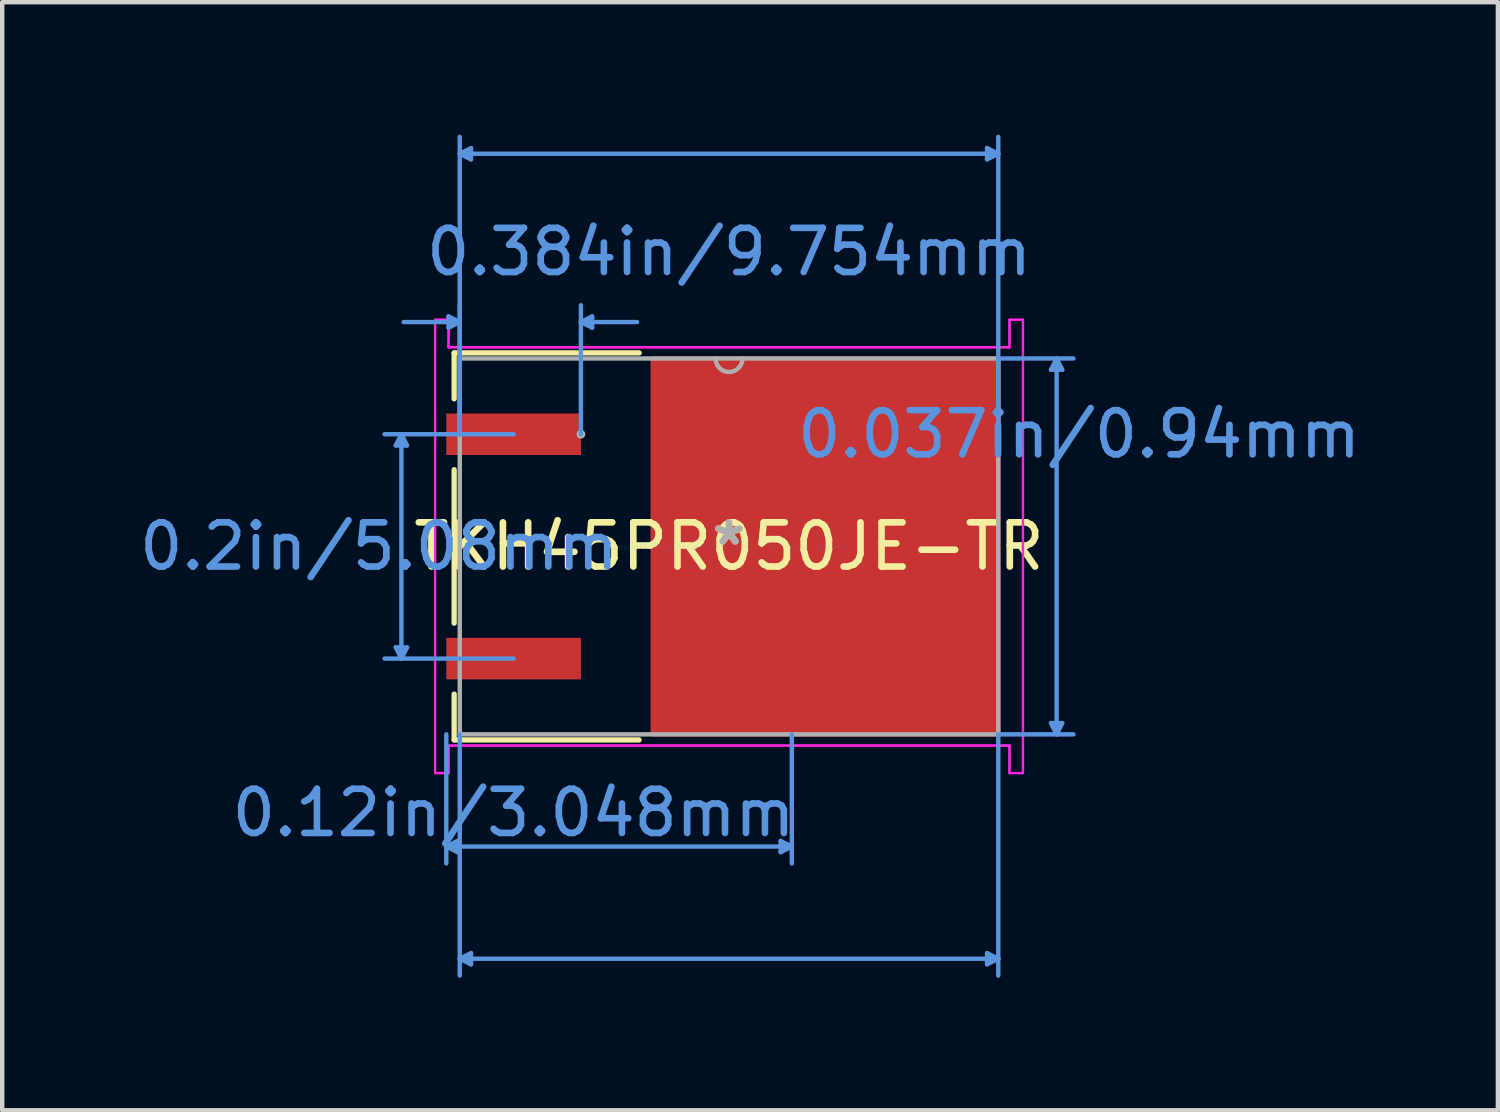
<source format=kicad_pcb>
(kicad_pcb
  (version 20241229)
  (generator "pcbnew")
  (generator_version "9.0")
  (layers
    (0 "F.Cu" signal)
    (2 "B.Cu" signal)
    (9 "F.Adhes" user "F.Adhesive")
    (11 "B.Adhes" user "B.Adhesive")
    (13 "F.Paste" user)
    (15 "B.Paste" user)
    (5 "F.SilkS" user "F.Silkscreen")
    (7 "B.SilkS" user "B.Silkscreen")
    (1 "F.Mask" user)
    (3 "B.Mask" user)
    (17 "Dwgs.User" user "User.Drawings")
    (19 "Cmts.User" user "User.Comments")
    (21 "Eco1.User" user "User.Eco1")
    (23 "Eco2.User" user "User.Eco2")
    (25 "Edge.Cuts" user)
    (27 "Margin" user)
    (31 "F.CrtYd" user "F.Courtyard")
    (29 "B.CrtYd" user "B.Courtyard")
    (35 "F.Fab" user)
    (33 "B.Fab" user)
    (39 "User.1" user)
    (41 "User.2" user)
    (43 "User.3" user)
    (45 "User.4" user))
  (footprint "TKH45PR050JE-TR"
    (layer "F.Cu")
    (at 13.455 9.321)
    (property "Reference" "TKH45PR050JE-TR" (at 0 0 0) (layer "F.SilkS") (effects (font (size 1 1) (thickness 0.15))))
    (attr through_hole)
    (fp_poly (pts (xy 6.096 -4.255) (xy -1.727 -4.255) (xy -1.727 4.255) (xy 6.096 4.255)) (stroke (width 0.1) (type solid)) (fill yes) (layer "F.Cu"))
    (fp_poly (pts (xy 6.096 -4.255) (xy -1.727 -4.255) (xy -1.727 4.255) (xy 6.096 4.255)) (stroke (width 0.1) (type solid)) (fill yes) (layer "F.Mask"))
    (fp_line (start -6.223 -4.381) (end -6.223 -3.343) (stroke (width 0.12) (type solid)) (layer "F.SilkS"))
    (fp_line (start -6.223 -1.737) (end -6.223 1.737) (stroke (width 0.12) (type solid)) (layer "F.SilkS"))
    (fp_line (start -6.223 3.343) (end -6.223 4.381) (stroke (width 0.12) (type solid)) (layer "F.SilkS"))
    (fp_line (start -6.223 4.381) (end -2.035 4.381) (stroke (width 0.12) (type solid)) (layer "F.SilkS"))
    (fp_line (start -2.035 -4.381) (end -6.223 -4.381) (stroke (width 0.12) (type solid)) (layer "F.SilkS"))
    (fp_poly (pts (xy 6.096 -4.255) (xy -1.727 -4.255) (xy -1.727 4.255) (xy 6.096 4.255)) (stroke (width 0.1) (type solid)) (fill yes) (layer "F.Paste"))
    (fp_line (start -7.544 -2.286) (end -7.29 -2.286) (stroke (width 0.1) (type solid)) (layer "Cmts.User"))
    (fp_line (start -7.544 2.286) (end -7.29 2.286) (stroke (width 0.1) (type solid)) (layer "Cmts.User"))
    (fp_line (start -7.417 -2.54) (end -7.544 -2.286) (stroke (width 0.1) (type solid)) (layer "Cmts.User"))
    (fp_line (start -7.417 -2.54) (end -7.417 2.54) (stroke (width 0.1) (type solid)) (layer "Cmts.User"))
    (fp_line (start -7.417 -2.54) (end -7.29 -2.286) (stroke (width 0.1) (type solid)) (layer "Cmts.User"))
    (fp_line (start -7.417 2.54) (end -7.544 2.286) (stroke (width 0.1) (type solid)) (layer "Cmts.User"))
    (fp_line (start -7.417 2.54) (end -7.29 2.286) (stroke (width 0.1) (type solid)) (layer "Cmts.User"))
    (fp_line (start -6.401 4.255) (end -6.401 7.176) (stroke (width 0.1) (type solid)) (layer "Cmts.User"))
    (fp_line (start -6.401 6.795) (end -6.147 6.668) (stroke (width 0.1) (type solid)) (layer "Cmts.User"))
    (fp_line (start -6.401 6.795) (end -6.147 6.921) (stroke (width 0.1) (type solid)) (layer "Cmts.User"))
    (fp_line (start -6.401 6.795) (end 1.422 6.795) (stroke (width 0.1) (type solid)) (layer "Cmts.User"))
    (fp_line (start -6.35 -5.207) (end -6.35 -4.953) (stroke (width 0.1) (type solid)) (layer "Cmts.User"))
    (fp_line (start -6.147 6.668) (end -6.147 6.921) (stroke (width 0.1) (type solid)) (layer "Cmts.User"))
    (fp_line (start -6.096 -8.89) (end -5.842 -9.017) (stroke (width 0.1) (type solid)) (layer "Cmts.User"))
    (fp_line (start -6.096 -8.89) (end -5.842 -8.763) (stroke (width 0.1) (type solid)) (layer "Cmts.User"))
    (fp_line (start -6.096 -8.89) (end 6.096 -8.89) (stroke (width 0.1) (type solid)) (layer "Cmts.User"))
    (fp_line (start -6.096 -5.08) (end -7.366 -5.08) (stroke (width 0.1) (type solid)) (layer "Cmts.User"))
    (fp_line (start -6.096 -5.08) (end -6.35 -5.207) (stroke (width 0.1) (type solid)) (layer "Cmts.User"))
    (fp_line (start -6.096 -5.08) (end -6.35 -4.953) (stroke (width 0.1) (type solid)) (layer "Cmts.User"))
    (fp_line (start -6.096 -2.54) (end -6.096 -9.271) (stroke (width 0.1) (type solid)) (layer "Cmts.User"))
    (fp_line (start -6.096 -2.54) (end -6.096 -5.461) (stroke (width 0.1) (type solid)) (layer "Cmts.User"))
    (fp_line (start -6.096 4.255) (end -6.096 9.716) (stroke (width 0.1) (type solid)) (layer "Cmts.User"))
    (fp_line (start -6.096 9.335) (end -5.842 9.207) (stroke (width 0.1) (type solid)) (layer "Cmts.User"))
    (fp_line (start -6.096 9.335) (end -5.842 9.461) (stroke (width 0.1) (type solid)) (layer "Cmts.User"))
    (fp_line (start -6.096 9.335) (end 6.096 9.335) (stroke (width 0.1) (type solid)) (layer "Cmts.User"))
    (fp_line (start -5.842 -9.017) (end -5.842 -8.763) (stroke (width 0.1) (type solid)) (layer "Cmts.User"))
    (fp_line (start -5.842 9.207) (end -5.842 9.461) (stroke (width 0.1) (type solid)) (layer "Cmts.User"))
    (fp_line (start -4.877 -2.54) (end -7.798 -2.54) (stroke (width 0.1) (type solid)) (layer "Cmts.User"))
    (fp_line (start -4.877 2.54) (end -7.798 2.54) (stroke (width 0.1) (type solid)) (layer "Cmts.User"))
    (fp_line (start -3.353 -5.08) (end -3.099 -5.207) (stroke (width 0.1) (type solid)) (layer "Cmts.User"))
    (fp_line (start -3.353 -5.08) (end -3.099 -4.953) (stroke (width 0.1) (type solid)) (layer "Cmts.User"))
    (fp_line (start -3.353 -5.08) (end -2.083 -5.08) (stroke (width 0.1) (type solid)) (layer "Cmts.User"))
    (fp_line (start -3.353 -2.54) (end -3.353 -5.461) (stroke (width 0.1) (type solid)) (layer "Cmts.User"))
    (fp_line (start -3.099 -5.207) (end -3.099 -4.953) (stroke (width 0.1) (type solid)) (layer "Cmts.User"))
    (fp_line (start 1.168 6.668) (end 1.168 6.921) (stroke (width 0.1) (type solid)) (layer "Cmts.User"))
    (fp_line (start 1.422 4.255) (end 1.422 7.176) (stroke (width 0.1) (type solid)) (layer "Cmts.User"))
    (fp_line (start 1.422 6.795) (end 1.168 6.668) (stroke (width 0.1) (type solid)) (layer "Cmts.User"))
    (fp_line (start 1.422 6.795) (end 1.168 6.921) (stroke (width 0.1) (type solid)) (layer "Cmts.User"))
    (fp_line (start 5.842 -9.017) (end 5.842 -8.763) (stroke (width 0.1) (type solid)) (layer "Cmts.User"))
    (fp_line (start 5.842 9.207) (end 5.842 9.461) (stroke (width 0.1) (type solid)) (layer "Cmts.User"))
    (fp_line (start 6.096 -8.89) (end 5.842 -9.017) (stroke (width 0.1) (type solid)) (layer "Cmts.User"))
    (fp_line (start 6.096 -8.89) (end 5.842 -8.763) (stroke (width 0.1) (type solid)) (layer "Cmts.User"))
    (fp_line (start 6.096 -4.255) (end 7.798 -4.255) (stroke (width 0.1) (type solid)) (layer "Cmts.User"))
    (fp_line (start 6.096 -2.54) (end 6.096 -9.271) (stroke (width 0.1) (type solid)) (layer "Cmts.User"))
    (fp_line (start 6.096 4.255) (end 6.096 9.716) (stroke (width 0.1) (type solid)) (layer "Cmts.User"))
    (fp_line (start 6.096 4.255) (end 7.798 4.255) (stroke (width 0.1) (type solid)) (layer "Cmts.User"))
    (fp_line (start 6.096 9.335) (end 5.842 9.207) (stroke (width 0.1) (type solid)) (layer "Cmts.User"))
    (fp_line (start 6.096 9.335) (end 5.842 9.461) (stroke (width 0.1) (type solid)) (layer "Cmts.User"))
    (fp_line (start 7.29 -4) (end 7.544 -4) (stroke (width 0.1) (type solid)) (layer "Cmts.User"))
    (fp_line (start 7.29 4) (end 7.544 4) (stroke (width 0.1) (type solid)) (layer "Cmts.User"))
    (fp_line (start 7.417 -4.255) (end 7.29 -4) (stroke (width 0.1) (type solid)) (layer "Cmts.User"))
    (fp_line (start 7.417 -4.255) (end 7.417 4.255) (stroke (width 0.1) (type solid)) (layer "Cmts.User"))
    (fp_line (start 7.417 -4.255) (end 7.544 -4) (stroke (width 0.1) (type solid)) (layer "Cmts.User"))
    (fp_line (start 7.417 4.255) (end 7.29 4) (stroke (width 0.1) (type solid)) (layer "Cmts.User"))
    (fp_line (start 7.417 4.255) (end 7.544 4) (stroke (width 0.1) (type solid)) (layer "Cmts.User"))
    (fp_line (start -6.655 -5.131) (end -6.35 -5.131) (stroke (width 0.05) (type solid)) (layer "F.CrtYd"))
    (fp_line (start -6.655 -5.131) (end -6.35 -5.131) (stroke (width 0.05) (type solid)) (layer "F.CrtYd"))
    (fp_line (start -6.655 5.131) (end -6.655 -5.131) (stroke (width 0.05) (type solid)) (layer "F.CrtYd"))
    (fp_line (start -6.655 5.131) (end -6.655 -5.131) (stroke (width 0.05) (type solid)) (layer "F.CrtYd"))
    (fp_line (start -6.655 5.131) (end -6.35 5.131) (stroke (width 0.05) (type solid)) (layer "F.CrtYd"))
    (fp_line (start -6.35 -5.131) (end -6.35 -4.508) (stroke (width 0.05) (type solid)) (layer "F.CrtYd"))
    (fp_line (start -6.35 -5.131) (end -6.35 -4.508) (stroke (width 0.05) (type solid)) (layer "F.CrtYd"))
    (fp_line (start -6.35 -4.508) (end 6.35 -4.508) (stroke (width 0.05) (type solid)) (layer "F.CrtYd"))
    (fp_line (start -6.35 -4.508) (end 6.35 -4.508) (stroke (width 0.05) (type solid)) (layer "F.CrtYd"))
    (fp_line (start -6.35 4.508) (end -6.35 5.131) (stroke (width 0.05) (type solid)) (layer "F.CrtYd"))
    (fp_line (start -6.35 4.508) (end -6.35 5.131) (stroke (width 0.05) (type solid)) (layer "F.CrtYd"))
    (fp_line (start -6.35 5.131) (end -6.655 5.131) (stroke (width 0.05) (type solid)) (layer "F.CrtYd"))
    (fp_line (start 6.35 -5.131) (end 6.655 -5.131) (stroke (width 0.05) (type solid)) (layer "F.CrtYd"))
    (fp_line (start 6.35 -4.508) (end 6.35 -5.131) (stroke (width 0.05) (type solid)) (layer "F.CrtYd"))
    (fp_line (start 6.35 -4.508) (end 6.35 -5.131) (stroke (width 0.05) (type solid)) (layer "F.CrtYd"))
    (fp_line (start 6.35 4.508) (end -6.35 4.508) (stroke (width 0.05) (type solid)) (layer "F.CrtYd"))
    (fp_line (start 6.35 4.508) (end -6.35 4.508) (stroke (width 0.05) (type solid)) (layer "F.CrtYd"))
    (fp_line (start 6.35 5.131) (end 6.35 4.508) (stroke (width 0.05) (type solid)) (layer "F.CrtYd"))
    (fp_line (start 6.35 5.131) (end 6.35 4.508) (stroke (width 0.05) (type solid)) (layer "F.CrtYd"))
    (fp_line (start 6.655 -5.131) (end 6.35 -5.131) (stroke (width 0.05) (type solid)) (layer "F.CrtYd"))
    (fp_line (start 6.655 -5.131) (end 6.655 5.131) (stroke (width 0.05) (type solid)) (layer "F.CrtYd"))
    (fp_line (start 6.655 -5.131) (end 6.655 5.131) (stroke (width 0.05) (type solid)) (layer "F.CrtYd"))
    (fp_line (start 6.655 5.131) (end 6.35 5.131) (stroke (width 0.05) (type solid)) (layer "F.CrtYd"))
    (fp_line (start 6.655 5.131) (end 6.35 5.131) (stroke (width 0.05) (type solid)) (layer "F.CrtYd"))
    (fp_line (start -6.096 -4.255) (end -6.096 4.255) (stroke (width 0.1) (type solid)) (layer "F.Fab"))
    (fp_line (start -6.096 4.255) (end 6.096 4.255) (stroke (width 0.1) (type solid)) (layer "F.Fab"))
    (fp_line (start 6.096 -4.255) (end -6.096 -4.255) (stroke (width 0.1) (type solid)) (layer "F.Fab"))
    (fp_line (start 6.096 4.255) (end 6.096 -4.255) (stroke (width 0.1) (type solid)) (layer "F.Fab"))
    (fp_arc (start 0.3048 -4.2545) (mid 0 -3.9497) (end -0.3048 -4.2545) (stroke (width 0.1) (type solid)) (layer "F.Fab"))
    (fp_circle (center -3.353 -2.54) (end -3.353 -2.54) (stroke (width 0.1) (type solid)) (fill no) (layer "F.Fab"))
    (fp_text user "*" (at 0 0 0) (layer "F.SilkS") (effects (font (size 1 1) (thickness 0.15))))
    (fp_text user "0.037in/0.94mm" (at 7.925 -2.54 0) (layer "Cmts.User") (effects (font (size 1 1) (thickness 0.15))))
    (fp_text user "0.12in/3.048mm" (at -4.877 6.032 0) (layer "Cmts.User") (effects (font (size 1 1) (thickness 0.15))))
    (fp_text user "0.2in/5.08mm" (at -7.925 0 0) (layer "Cmts.User") (effects (font (size 1 1) (thickness 0.15))))
    (fp_text user "Copyright 2021 Accelerated Designs. All rights reserved." (at 0 0 0) (layer "Cmts.User") (effects (font (size 0.127 0.127) (thickness 0.002))))
    (fp_text user "0.384in/9.754mm" (at 0 -6.668 0) (layer "Cmts.User") (effects (font (size 1 1) (thickness 0.15))))
    (fp_text user "*" (at 0 0 0) (layer "F.Fab") (effects (font (size 1 1) (thickness 0.15))))
    (pad "1" smd rect (at -4.877 -2.54) (size 3.048 0.94) (layers "F.Cu" "F.Mask" "F.Paste"))
    (pad "2" smd rect (at -4.877 2.54) (size 3.048 0.94) (layers "F.Cu" "F.Mask" "F.Paste")))
  (gr_rect
    (start -3 -3)
    (end 30.862 22.087)
    (stroke (width 0.1) (type default))
    (fill no)
    (layer "Edge.Cuts")))
</source>
